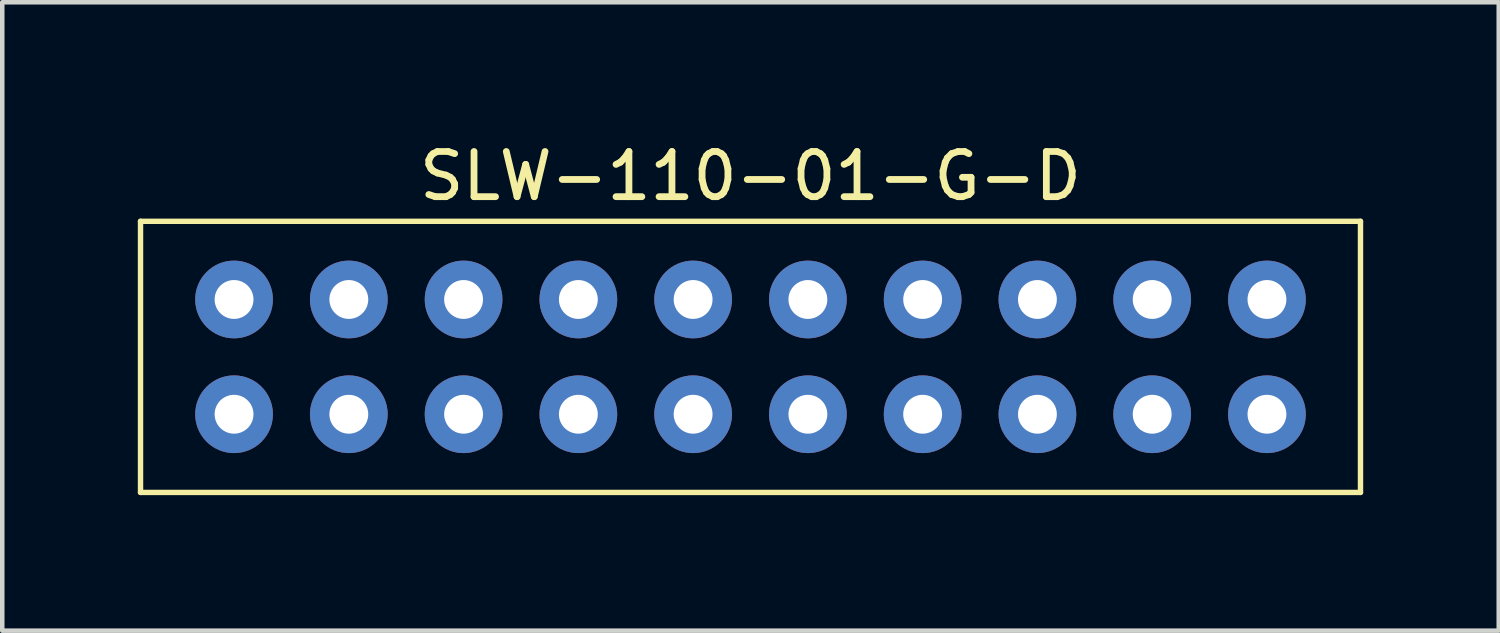
<source format=kicad_pcb>
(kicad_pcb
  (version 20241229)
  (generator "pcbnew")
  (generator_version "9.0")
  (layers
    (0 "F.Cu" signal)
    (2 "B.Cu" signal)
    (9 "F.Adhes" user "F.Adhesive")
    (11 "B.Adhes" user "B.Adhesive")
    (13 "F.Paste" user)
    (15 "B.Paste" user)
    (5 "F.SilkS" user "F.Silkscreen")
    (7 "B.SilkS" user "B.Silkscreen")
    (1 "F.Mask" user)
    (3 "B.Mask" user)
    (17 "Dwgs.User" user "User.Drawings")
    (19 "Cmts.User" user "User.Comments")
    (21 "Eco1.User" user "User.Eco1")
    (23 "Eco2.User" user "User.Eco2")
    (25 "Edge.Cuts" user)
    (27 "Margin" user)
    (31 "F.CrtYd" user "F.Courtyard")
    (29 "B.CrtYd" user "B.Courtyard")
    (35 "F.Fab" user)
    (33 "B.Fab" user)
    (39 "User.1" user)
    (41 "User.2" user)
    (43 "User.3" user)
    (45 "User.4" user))
  (footprint "SLW-110-01-G-D"
    (layer "F.Cu")
    (at 13.56 4.848)
    (property "Reference" "SLW-110-01-G-D" (at 0 -4 0) (layer "F.SilkS") (effects (font (size 1 1) (thickness 0.15))))
    (attr through_hole)
    (fp_line (start -13.5 -3) (end -13.5 3) (stroke (width 0.12) (type solid)) (layer "F.SilkS"))
    (fp_line (start -13.5 -3) (end 13.5 -3) (stroke (width 0.12) (type solid)) (layer "F.SilkS"))
    (fp_line (start -13.5 3) (end 13.5 3) (stroke (width 0.12) (type solid)) (layer "F.SilkS"))
    (fp_line (start 13.5 -3) (end 13.5 3) (stroke (width 0.12) (type solid)) (layer "F.SilkS"))
    (pad "1" thru_hole circle (at 11.43 1.27) (size 1.72 1.72) (drill 0.86) (layers "*.Cu" "*.Mask"))
    (pad "2" thru_hole circle (at 11.43 -1.27) (size 1.72 1.72) (drill 0.86) (layers "*.Cu" "*.Mask"))
    (pad "3" thru_hole circle (at 8.89 1.27) (size 1.72 1.72) (drill 0.86) (layers "*.Cu" "*.Mask"))
    (pad "4" thru_hole circle (at 8.89 -1.27) (size 1.72 1.72) (drill 0.86) (layers "*.Cu" "*.Mask"))
    (pad "5" thru_hole circle (at 6.35 1.27) (size 1.72 1.72) (drill 0.86) (layers "*.Cu" "*.Mask"))
    (pad "6" thru_hole circle (at 6.35 -1.27) (size 1.72 1.72) (drill 0.86) (layers "*.Cu" "*.Mask"))
    (pad "7" thru_hole circle (at 3.81 1.27) (size 1.72 1.72) (drill 0.86) (layers "*.Cu" "*.Mask"))
    (pad "8" thru_hole circle (at 3.81 -1.27) (size 1.72 1.72) (drill 0.86) (layers "*.Cu" "*.Mask"))
    (pad "9" thru_hole circle (at 1.27 1.27) (size 1.72 1.72) (drill 0.86) (layers "*.Cu" "*.Mask"))
    (pad "10" thru_hole circle (at 1.27 -1.27) (size 1.72 1.72) (drill 0.86) (layers "*.Cu" "*.Mask"))
    (pad "11" thru_hole circle (at -1.27 1.27) (size 1.72 1.72) (drill 0.86) (layers "*.Cu" "*.Mask"))
    (pad "12" thru_hole circle (at -1.27 -1.27) (size 1.72 1.72) (drill 0.86) (layers "*.Cu" "*.Mask"))
    (pad "13" thru_hole circle (at -3.81 1.27) (size 1.72 1.72) (drill 0.86) (layers "*.Cu" "*.Mask"))
    (pad "14" thru_hole circle (at -3.81 -1.27) (size 1.72 1.72) (drill 0.86) (layers "*.Cu" "*.Mask"))
    (pad "15" thru_hole circle (at -6.35 1.27) (size 1.72 1.72) (drill 0.86) (layers "*.Cu" "*.Mask"))
    (pad "16" thru_hole circle (at -6.35 -1.27) (size 1.72 1.72) (drill 0.86) (layers "*.Cu" "*.Mask"))
    (pad "17" thru_hole circle (at -8.89 1.27) (size 1.72 1.72) (drill 0.86) (layers "*.Cu" "*.Mask"))
    (pad "18" thru_hole circle (at -8.89 -1.27) (size 1.72 1.72) (drill 0.86) (layers "*.Cu" "*.Mask"))
    (pad "19" thru_hole circle (at -11.43 1.27) (size 1.72 1.72) (drill 0.86) (layers "*.Cu" "*.Mask"))
    (pad "20" thru_hole circle (at -11.43 -1.27) (size 1.72 1.72) (drill 0.86) (layers "*.Cu" "*.Mask")))
  (gr_rect
    (start -3 -3)
    (end 30.12 10.908)
    (stroke (width 0.1) (type default))
    (fill no)
    (layer "Edge.Cuts")))
</source>
